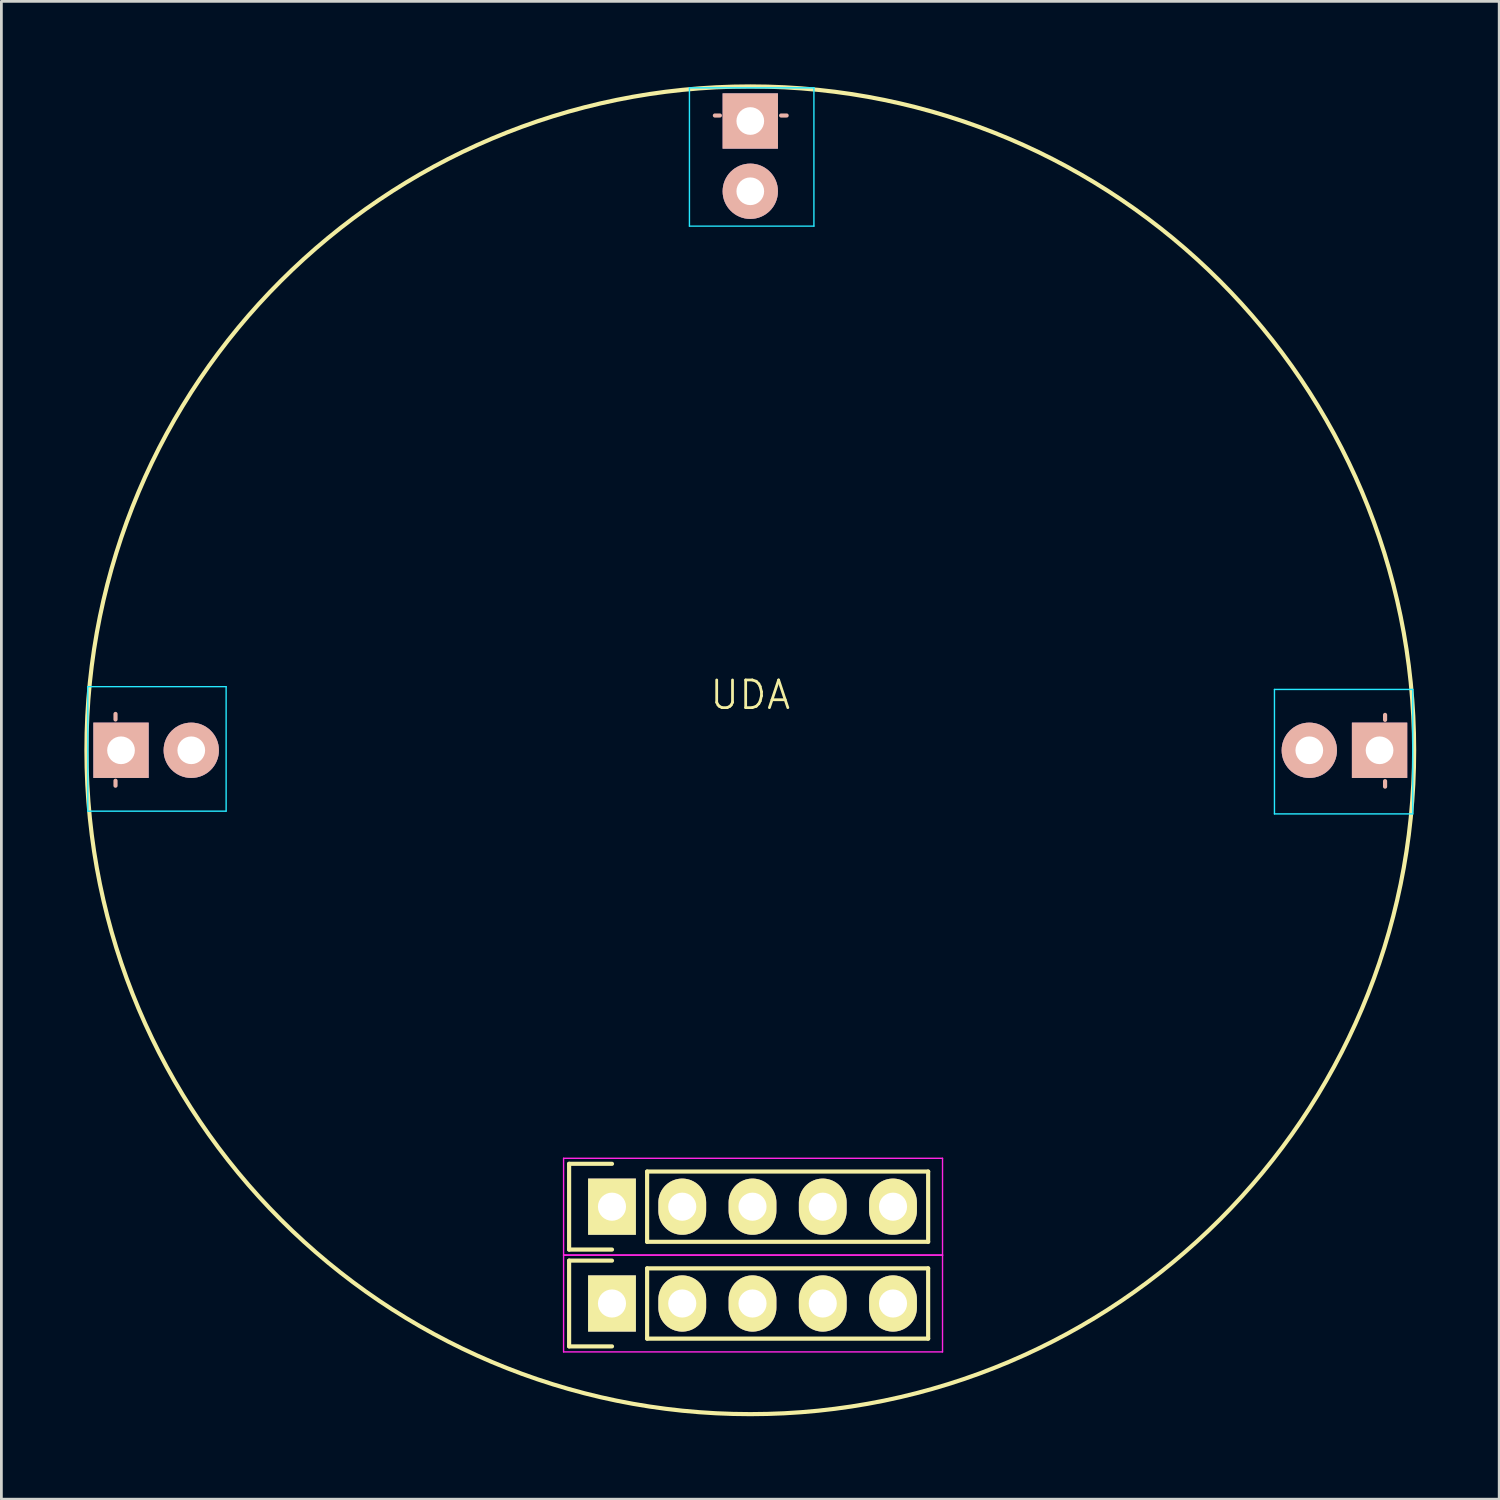
<source format=kicad_pcb>
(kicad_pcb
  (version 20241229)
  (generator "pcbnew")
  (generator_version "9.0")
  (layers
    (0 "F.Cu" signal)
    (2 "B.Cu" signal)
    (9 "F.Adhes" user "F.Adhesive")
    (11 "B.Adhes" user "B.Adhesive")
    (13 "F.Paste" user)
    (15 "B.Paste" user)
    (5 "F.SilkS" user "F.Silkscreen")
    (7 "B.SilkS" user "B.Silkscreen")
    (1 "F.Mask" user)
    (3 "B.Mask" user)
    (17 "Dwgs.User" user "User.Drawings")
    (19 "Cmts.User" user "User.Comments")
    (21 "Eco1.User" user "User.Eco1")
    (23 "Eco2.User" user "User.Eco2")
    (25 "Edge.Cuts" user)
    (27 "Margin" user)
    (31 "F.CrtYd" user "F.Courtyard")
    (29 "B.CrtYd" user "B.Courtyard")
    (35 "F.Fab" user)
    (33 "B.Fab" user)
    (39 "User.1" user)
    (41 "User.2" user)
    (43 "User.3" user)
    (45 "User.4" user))
  (footprint "UDA"
    (layer "F.Cu")
    (at 24.075 24.075)
    (property "Reference" "UDA" (at 0 -2 0) (layer "F.SilkS") (effects (font (size 1 1) (thickness 0.1))))
    (attr through_hole)
    (fp_line (start -6.55 14.95) (end -5 14.95) (stroke (width 0.15) (type solid)) (layer "F.SilkS"))
    (fp_line (start -6.55 18.05) (end -6.55 14.95) (stroke (width 0.15) (type solid)) (layer "F.SilkS"))
    (fp_line (start -6.55 18.45) (end -5 18.45) (stroke (width 0.15) (type solid)) (layer "F.SilkS"))
    (fp_line (start -6.55 21.55) (end -6.55 18.45) (stroke (width 0.15) (type solid)) (layer "F.SilkS"))
    (fp_line (start -5 18.05) (end -6.55 18.05) (stroke (width 0.15) (type solid)) (layer "F.SilkS"))
    (fp_line (start -5 21.55) (end -6.55 21.55) (stroke (width 0.15) (type solid)) (layer "F.SilkS"))
    (fp_line (start -3.73 15.23) (end -3.73 17.77) (stroke (width 0.15) (type solid)) (layer "F.SilkS"))
    (fp_line (start -3.73 15.23) (end 6.43 15.23) (stroke (width 0.15) (type solid)) (layer "F.SilkS"))
    (fp_line (start -3.73 18.73) (end -3.73 21.27) (stroke (width 0.15) (type solid)) (layer "F.SilkS"))
    (fp_line (start -3.73 18.73) (end 6.43 18.73) (stroke (width 0.15) (type solid)) (layer "F.SilkS"))
    (fp_line (start 6.43 15.23) (end 6.43 17.77) (stroke (width 0.15) (type solid)) (layer "F.SilkS"))
    (fp_line (start 6.43 17.77) (end -3.73 17.77) (stroke (width 0.15) (type solid)) (layer "F.SilkS"))
    (fp_line (start 6.43 18.73) (end 6.43 21.27) (stroke (width 0.15) (type solid)) (layer "F.SilkS"))
    (fp_line (start 6.43 21.27) (end -3.73 21.27) (stroke (width 0.15) (type solid)) (layer "F.SilkS"))
    (fp_circle (center 0 0) (end -24 0) (stroke (width 0.15) (type solid)) (fill no) (layer "F.SilkS"))
    (fp_line (start -22.949 -1.314) (end -22.949 -1.114) (stroke (width 0.15) (type solid)) (layer "B.SilkS"))
    (fp_line (start -22.949 1.28) (end -22.949 1.1) (stroke (width 0.15) (type solid)) (layer "B.SilkS"))
    (fp_line (start -1.28 -22.949) (end -1.1 -22.949) (stroke (width 0.15) (type solid)) (layer "B.SilkS"))
    (fp_line (start 1.314 -22.949) (end 1.114 -22.949) (stroke (width 0.15) (type solid)) (layer "B.SilkS"))
    (fp_line (start 22.949 -1.28) (end 22.949 -1.1) (stroke (width 0.15) (type solid)) (layer "B.SilkS"))
    (fp_line (start 22.949 1.314) (end 22.949 1.114) (stroke (width 0.15) (type solid)) (layer "B.SilkS"))
    (fp_line (start -23.95 -2.3) (end -18.95 -2.3) (stroke (width 0.05) (type solid)) (layer "B.CrtYd"))
    (fp_line (start -23.95 2.2) (end -23.95 -2.3) (stroke (width 0.05) (type solid)) (layer "B.CrtYd"))
    (fp_line (start -18.95 -2.3) (end -18.95 2.2) (stroke (width 0.05) (type solid)) (layer "B.CrtYd"))
    (fp_line (start -18.95 2.2) (end -23.95 2.2) (stroke (width 0.05) (type solid)) (layer "B.CrtYd"))
    (fp_line (start -2.2 -23.95) (end 2.3 -23.95) (stroke (width 0.05) (type solid)) (layer "B.CrtYd"))
    (fp_line (start -2.2 -18.95) (end -2.2 -23.95) (stroke (width 0.05) (type solid)) (layer "B.CrtYd"))
    (fp_line (start 2.3 -23.95) (end 2.3 -18.95) (stroke (width 0.05) (type solid)) (layer "B.CrtYd"))
    (fp_line (start 2.3 -18.95) (end -2.2 -18.95) (stroke (width 0.05) (type solid)) (layer "B.CrtYd"))
    (fp_line (start 18.95 -2.2) (end 23.95 -2.2) (stroke (width 0.05) (type solid)) (layer "B.CrtYd"))
    (fp_line (start 18.95 2.3) (end 18.95 -2.2) (stroke (width 0.05) (type solid)) (layer "B.CrtYd"))
    (fp_line (start 23.95 -2.2) (end 23.95 2.3) (stroke (width 0.05) (type solid)) (layer "B.CrtYd"))
    (fp_line (start 23.95 2.3) (end 18.95 2.3) (stroke (width 0.05) (type solid)) (layer "B.CrtYd"))
    (fp_line (start -6.75 14.75) (end 6.95 14.75) (stroke (width 0.05) (type solid)) (layer "F.CrtYd"))
    (fp_line (start -6.75 18.25) (end -6.75 14.75) (stroke (width 0.05) (type solid)) (layer "F.CrtYd"))
    (fp_line (start -6.75 18.25) (end 6.95 18.25) (stroke (width 0.05) (type solid)) (layer "F.CrtYd"))
    (fp_line (start -6.75 18.25) (end 6.95 18.25) (stroke (width 0.05) (type solid)) (layer "F.CrtYd"))
    (fp_line (start -6.75 21.75) (end -6.75 18.25) (stroke (width 0.05) (type solid)) (layer "F.CrtYd"))
    (fp_line (start -6.75 21.75) (end 6.95 21.75) (stroke (width 0.05) (type solid)) (layer "F.CrtYd"))
    (fp_line (start 6.95 18.25) (end 6.95 14.75) (stroke (width 0.05) (type solid)) (layer "F.CrtYd"))
    (fp_line (start 6.95 21.75) (end 6.95 18.25) (stroke (width 0.05) (type solid)) (layer "F.CrtYd"))
    (pad "0" thru_hole rect (at -22.75 0 270) (size 2 2) (drill 1.001) (layers "*.Cu" "*.Mask" "B.SilkS"))
    (pad "0" thru_hole circle (at -20.21 0) (size 2 2) (drill 1.001) (layers "*.Cu" "*.Mask" "B.SilkS"))
    (pad "0" thru_hole rect (at 0 -22.75 180) (size 2 2) (drill 1.001) (layers "*.Cu" "*.Mask" "B.SilkS"))
    (pad "0" thru_hole circle (at 0 -20.21 270) (size 2 2) (drill 1.001) (layers "*.Cu" "*.Mask" "B.SilkS"))
    (pad "0" thru_hole circle (at 20.21 0 180) (size 2 2) (drill 1.001) (layers "*.Cu" "*.Mask" "B.SilkS"))
    (pad "0" thru_hole rect (at 22.75 0 90) (size 2 2) (drill 1.001) (layers "*.Cu" "*.Mask" "B.SilkS"))
    (pad "1" thru_hole rect (at -5 16.5 90) (size 2.032 1.727) (drill 1.016) (layers "*.Cu" "*.Mask" "F.SilkS"))
    (pad "2" thru_hole oval (at -2.46 16.5 90) (size 2.032 1.727) (drill 1.016) (layers "*.Cu" "*.Mask" "F.SilkS"))
    (pad "3" thru_hole oval (at 0.08 16.5 90) (size 2.032 1.727) (drill 1.016) (layers "*.Cu" "*.Mask" "F.SilkS"))
    (pad "4" thru_hole oval (at 2.62 16.5 90) (size 2.032 1.727) (drill 1.016) (layers "*.Cu" "*.Mask" "F.SilkS"))
    (pad "5" thru_hole oval (at 5.16 16.5 90) (size 2.032 1.727) (drill 1.016) (layers "*.Cu" "*.Mask" "F.SilkS"))
    (pad "6" thru_hole rect (at -5 20 90) (size 2.032 1.727) (drill 1.016) (layers "*.Cu" "*.Mask" "F.SilkS"))
    (pad "7" thru_hole oval (at -2.46 20 90) (size 2.032 1.727) (drill 1.016) (layers "*.Cu" "*.Mask" "F.SilkS"))
    (pad "8" thru_hole oval (at 0.08 20 90) (size 2.032 1.727) (drill 1.016) (layers "*.Cu" "*.Mask" "F.SilkS"))
    (pad "9" thru_hole oval (at 2.62 20 90) (size 2.032 1.727) (drill 1.016) (layers "*.Cu" "*.Mask" "F.SilkS"))
    (pad "10" thru_hole oval (at 5.16 20 90) (size 2.032 1.727) (drill 1.016) (layers "*.Cu" "*.Mask" "F.SilkS")))
  (gr_rect
    (start -3 -3)
    (end 51.15 51.15)
    (stroke (width 0.1) (type default))
    (fill no)
    (layer "Edge.Cuts")))
</source>
